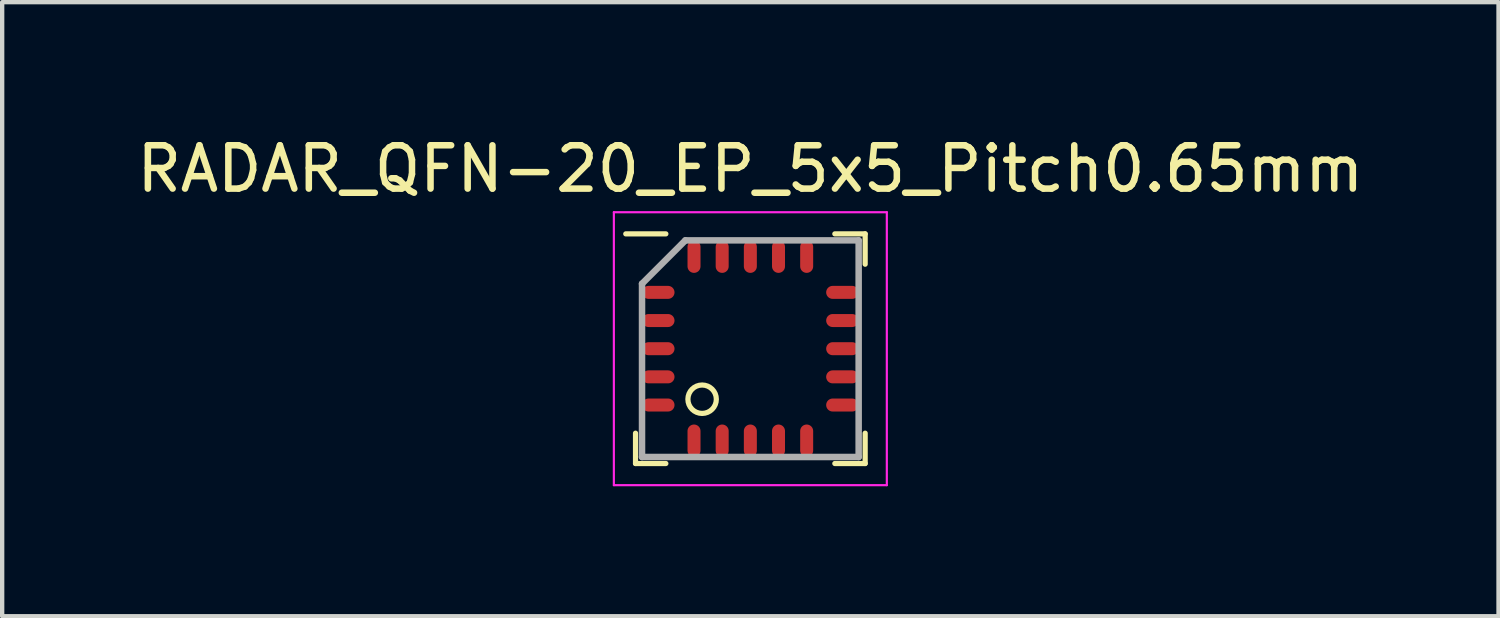
<source format=kicad_pcb>
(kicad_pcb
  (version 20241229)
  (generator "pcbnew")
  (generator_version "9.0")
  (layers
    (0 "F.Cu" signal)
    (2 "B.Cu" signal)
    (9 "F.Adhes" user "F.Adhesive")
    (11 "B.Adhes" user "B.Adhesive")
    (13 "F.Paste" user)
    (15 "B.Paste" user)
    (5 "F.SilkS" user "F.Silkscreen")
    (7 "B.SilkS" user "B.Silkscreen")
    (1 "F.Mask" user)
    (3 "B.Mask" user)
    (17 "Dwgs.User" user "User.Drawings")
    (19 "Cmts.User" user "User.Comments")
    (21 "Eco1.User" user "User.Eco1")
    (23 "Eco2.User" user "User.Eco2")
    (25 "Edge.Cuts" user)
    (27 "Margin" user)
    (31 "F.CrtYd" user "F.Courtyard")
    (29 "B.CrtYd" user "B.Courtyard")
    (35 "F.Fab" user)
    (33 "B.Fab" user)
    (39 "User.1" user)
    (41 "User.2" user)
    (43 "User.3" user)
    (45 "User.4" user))
  (footprint "RADAR_QFN-20_EP_5x5_Pitch0.65mm"
    (layer "F.Cu")
    (at 14.268 4.998)
    (property "Reference" "RADAR_QFN-20_EP_5x5_Pitch0.65mm" (at 0 -4.15 0) (layer "F.SilkS") (effects (font (size 1 1) (thickness 0.15))))
    (attr smd)
    (fp_line (start -2.65 2.65) (end -2.65 1.95) (stroke (width 0.12) (type solid)) (layer "F.SilkS"))
    (fp_line (start -1.95 -2.65) (end -2.875 -2.65) (stroke (width 0.12) (type solid)) (layer "F.SilkS"))
    (fp_line (start -1.95 2.65) (end -2.65 2.65) (stroke (width 0.12) (type solid)) (layer "F.SilkS"))
    (fp_line (start 1.95 -2.65) (end 2.65 -2.65) (stroke (width 0.12) (type solid)) (layer "F.SilkS"))
    (fp_line (start 1.95 2.65) (end 2.65 2.65) (stroke (width 0.12) (type solid)) (layer "F.SilkS"))
    (fp_line (start 2.65 -2.65) (end 2.65 -1.95) (stroke (width 0.12) (type solid)) (layer "F.SilkS"))
    (fp_line (start 2.65 2.65) (end 2.65 1.95) (stroke (width 0.12) (type solid)) (layer "F.SilkS"))
    (fp_circle (center -1.113 1.166) (end -1.113 1.494) (stroke (width 0.12) (type solid)) (fill no) (layer "F.SilkS"))
    (fp_line (start -3.15 -3.15) (end 3.15 -3.15) (stroke (width 0.05) (type solid)) (layer "F.CrtYd"))
    (fp_line (start -3.15 3.15) (end -3.15 -3.15) (stroke (width 0.05) (type solid)) (layer "F.CrtYd"))
    (fp_line (start 3.15 -3.15) (end 3.15 3.15) (stroke (width 0.05) (type solid)) (layer "F.CrtYd"))
    (fp_line (start 3.15 3.15) (end -3.15 3.15) (stroke (width 0.05) (type solid)) (layer "F.CrtYd"))
    (fp_line (start -2.5 -1.5) (end -2.5 2.5) (stroke (width 0.15) (type solid)) (layer "F.Fab"))
    (fp_line (start -2.5 2.5) (end 2.5 2.5) (stroke (width 0.15) (type solid)) (layer "F.Fab"))
    (fp_line (start -1.5 -2.5) (end -2.5 -1.5) (stroke (width 0.15) (type solid)) (layer "F.Fab"))
    (fp_line (start 2.5 -2.5) (end -1.5 -2.5) (stroke (width 0.15) (type solid)) (layer "F.Fab"))
    (fp_line (start 2.5 2.5) (end 2.5 -2.5) (stroke (width 0.15) (type solid)) (layer "F.Fab"))
    (pad "1" smd oval (at -1.3 2.125) (size 0.3 0.75) (layers "F.Cu" "F.Mask" "F.Paste"))
    (pad "2" smd oval (at -0.65 2.125) (size 0.3 0.75) (layers "F.Cu" "F.Mask" "F.Paste"))
    (pad "3" smd oval (at 0 2.125) (size 0.3 0.75) (layers "F.Cu" "F.Mask" "F.Paste"))
    (pad "4" smd oval (at 0.65 2.125) (size 0.3 0.75) (layers "F.Cu" "F.Mask" "F.Paste"))
    (pad "5" smd oval (at 1.3 2.125) (size 0.3 0.75) (layers "F.Cu" "F.Mask" "F.Paste"))
    (pad "6" smd oval (at 2.125 1.3 90) (size 0.3 0.75) (layers "F.Cu" "F.Mask" "F.Paste"))
    (pad "7" smd oval (at 2.125 0.65 90) (size 0.3 0.75) (layers "F.Cu" "F.Mask" "F.Paste"))
    (pad "8" smd oval (at 2.125 0 90) (size 0.3 0.75) (layers "F.Cu" "F.Mask" "F.Paste"))
    (pad "9" smd oval (at 2.125 -0.65 90) (size 0.3 0.75) (layers "F.Cu" "F.Mask" "F.Paste"))
    (pad "10" smd oval (at 2.125 -1.3 90) (size 0.3 0.75) (layers "F.Cu" "F.Mask" "F.Paste"))
    (pad "11" smd oval (at 1.3 -2.125) (size 0.3 0.75) (layers "F.Cu" "F.Mask" "F.Paste"))
    (pad "12" smd oval (at 0.65 -2.125) (size 0.3 0.75) (layers "F.Cu" "F.Mask" "F.Paste"))
    (pad "13" smd oval (at 0 -2.125) (size 0.3 0.75) (layers "F.Cu" "F.Mask" "F.Paste"))
    (pad "14" smd oval (at -0.65 -2.125) (size 0.3 0.75) (layers "F.Cu" "F.Mask" "F.Paste"))
    (pad "15" smd oval (at -1.3 -2.125) (size 0.3 0.75) (layers "F.Cu" "F.Mask" "F.Paste"))
    (pad "16" smd oval (at -2.125 -1.3 90) (size 0.3 0.75) (layers "F.Cu" "F.Mask" "F.Paste"))
    (pad "17" smd oval (at -2.125 -0.65 90) (size 0.3 0.75) (layers "F.Cu" "F.Mask" "F.Paste"))
    (pad "18" smd oval (at -2.125 0 90) (size 0.3 0.75) (layers "F.Cu" "F.Mask" "F.Paste"))
    (pad "19" smd oval (at -2.125 0.65 90) (size 0.3 0.75) (layers "F.Cu" "F.Mask" "F.Paste"))
    (pad "20" smd oval (at -2.125 1.3 90) (size 0.3 0.75) (layers "F.Cu" "F.Mask" "F.Paste")))
  (gr_rect
    (start -3 -3)
    (end 31.536 11.173)
    (stroke (width 0.1) (type default))
    (fill no)
    (layer "Edge.Cuts")))
</source>
